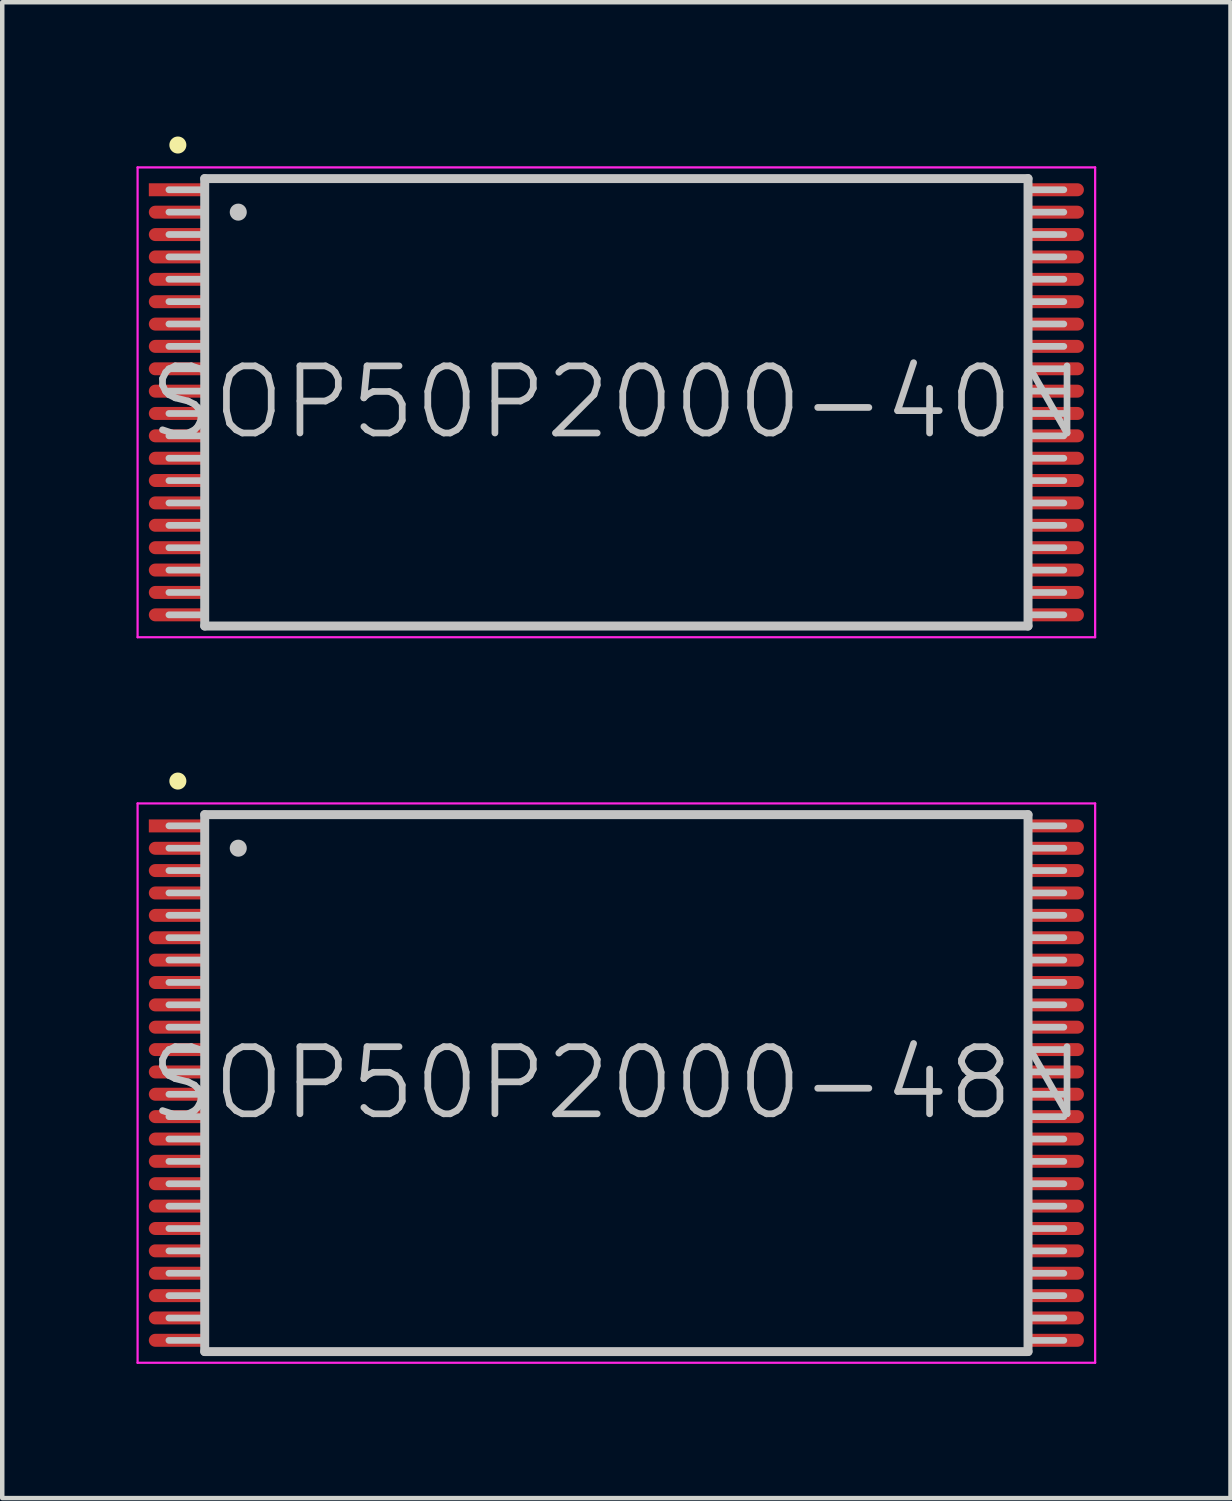
<source format=kicad_pcb>
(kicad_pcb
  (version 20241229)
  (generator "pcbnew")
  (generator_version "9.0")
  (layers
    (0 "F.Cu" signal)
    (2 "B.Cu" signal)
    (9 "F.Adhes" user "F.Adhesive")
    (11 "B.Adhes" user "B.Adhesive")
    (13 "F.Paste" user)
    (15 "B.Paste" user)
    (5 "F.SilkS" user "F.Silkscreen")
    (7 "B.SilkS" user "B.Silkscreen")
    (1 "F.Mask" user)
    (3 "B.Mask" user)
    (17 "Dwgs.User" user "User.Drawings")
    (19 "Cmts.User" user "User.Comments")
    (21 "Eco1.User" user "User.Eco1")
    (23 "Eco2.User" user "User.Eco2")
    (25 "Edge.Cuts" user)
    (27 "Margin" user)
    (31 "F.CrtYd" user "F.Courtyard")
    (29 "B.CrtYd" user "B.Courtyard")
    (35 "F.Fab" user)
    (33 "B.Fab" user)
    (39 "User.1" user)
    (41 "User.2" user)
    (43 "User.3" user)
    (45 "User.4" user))
  (footprint "SOP50P2000-48N"
    (layer "F.Cu")
    (at 10.725 21.156)
    (property "Reference" "SOP50P2000-48N" (at 0 0 0) (layer "Dwgs.User") (effects (font (size 1.5 1.5) (thickness 0.15))))
    (attr smd)
    (fp_line (start -9.8 -6.75) (end -9.8 -6.75) (stroke (width 0.381) (type solid)) (layer "F.SilkS"))
    (fp_line (start -9.2 -6) (end -9.2 6) (stroke (width 0.2) (type solid)) (layer "Dwgs.User"))
    (fp_line (start -9.2 -6) (end 9.2 -6) (stroke (width 0.2) (type solid)) (layer "Dwgs.User"))
    (fp_line (start -9.2 -5.75) (end -10 -5.75) (stroke (width 0.15) (type solid)) (layer "Dwgs.User"))
    (fp_line (start -9.2 -5.25) (end -10 -5.25) (stroke (width 0.15) (type solid)) (layer "Dwgs.User"))
    (fp_line (start -9.2 -4.75) (end -10 -4.75) (stroke (width 0.15) (type solid)) (layer "Dwgs.User"))
    (fp_line (start -9.2 -4.25) (end -10 -4.25) (stroke (width 0.15) (type solid)) (layer "Dwgs.User"))
    (fp_line (start -9.2 -3.75) (end -10 -3.75) (stroke (width 0.15) (type solid)) (layer "Dwgs.User"))
    (fp_line (start -9.2 -3.25) (end -10 -3.25) (stroke (width 0.15) (type solid)) (layer "Dwgs.User"))
    (fp_line (start -9.2 -2.75) (end -10 -2.75) (stroke (width 0.15) (type solid)) (layer "Dwgs.User"))
    (fp_line (start -9.2 -2.25) (end -10 -2.25) (stroke (width 0.15) (type solid)) (layer "Dwgs.User"))
    (fp_line (start -9.2 -1.75) (end -10 -1.75) (stroke (width 0.15) (type solid)) (layer "Dwgs.User"))
    (fp_line (start -9.2 -1.25) (end -10 -1.25) (stroke (width 0.15) (type solid)) (layer "Dwgs.User"))
    (fp_line (start -9.2 -0.75) (end -10 -0.75) (stroke (width 0.15) (type solid)) (layer "Dwgs.User"))
    (fp_line (start -9.2 -0.25) (end -10 -0.25) (stroke (width 0.15) (type solid)) (layer "Dwgs.User"))
    (fp_line (start -9.2 0.25) (end -10 0.25) (stroke (width 0.15) (type solid)) (layer "Dwgs.User"))
    (fp_line (start -9.2 0.75) (end -10 0.75) (stroke (width 0.15) (type solid)) (layer "Dwgs.User"))
    (fp_line (start -9.2 1.25) (end -10 1.25) (stroke (width 0.15) (type solid)) (layer "Dwgs.User"))
    (fp_line (start -9.2 1.75) (end -10 1.75) (stroke (width 0.15) (type solid)) (layer "Dwgs.User"))
    (fp_line (start -9.2 2.25) (end -10 2.25) (stroke (width 0.15) (type solid)) (layer "Dwgs.User"))
    (fp_line (start -9.2 2.75) (end -10 2.75) (stroke (width 0.15) (type solid)) (layer "Dwgs.User"))
    (fp_line (start -9.2 3.25) (end -10 3.25) (stroke (width 0.15) (type solid)) (layer "Dwgs.User"))
    (fp_line (start -9.2 3.75) (end -10 3.75) (stroke (width 0.15) (type solid)) (layer "Dwgs.User"))
    (fp_line (start -9.2 4.25) (end -10 4.25) (stroke (width 0.15) (type solid)) (layer "Dwgs.User"))
    (fp_line (start -9.2 4.75) (end -10 4.75) (stroke (width 0.15) (type solid)) (layer "Dwgs.User"))
    (fp_line (start -9.2 5.25) (end -10 5.25) (stroke (width 0.15) (type solid)) (layer "Dwgs.User"))
    (fp_line (start -9.2 5.75) (end -10 5.75) (stroke (width 0.15) (type solid)) (layer "Dwgs.User"))
    (fp_line (start -9.2 6) (end 9.2 6) (stroke (width 0.2) (type solid)) (layer "Dwgs.User"))
    (fp_line (start -8.45 -5.25) (end -8.45 -5.25) (stroke (width 0.381) (type solid)) (layer "Dwgs.User"))
    (fp_line (start 9.2 -6) (end 9.2 6) (stroke (width 0.2) (type solid)) (layer "Dwgs.User"))
    (fp_line (start 10 -5.75) (end 9.2 -5.75) (stroke (width 0.15) (type solid)) (layer "Dwgs.User"))
    (fp_line (start 10 -5.25) (end 9.2 -5.25) (stroke (width 0.15) (type solid)) (layer "Dwgs.User"))
    (fp_line (start 10 -4.75) (end 9.2 -4.75) (stroke (width 0.15) (type solid)) (layer "Dwgs.User"))
    (fp_line (start 10 -4.25) (end 9.2 -4.25) (stroke (width 0.15) (type solid)) (layer "Dwgs.User"))
    (fp_line (start 10 -3.75) (end 9.2 -3.75) (stroke (width 0.15) (type solid)) (layer "Dwgs.User"))
    (fp_line (start 10 -3.25) (end 9.2 -3.25) (stroke (width 0.15) (type solid)) (layer "Dwgs.User"))
    (fp_line (start 10 -2.75) (end 9.2 -2.75) (stroke (width 0.15) (type solid)) (layer "Dwgs.User"))
    (fp_line (start 10 -2.25) (end 9.2 -2.25) (stroke (width 0.15) (type solid)) (layer "Dwgs.User"))
    (fp_line (start 10 -1.75) (end 9.2 -1.75) (stroke (width 0.15) (type solid)) (layer "Dwgs.User"))
    (fp_line (start 10 -1.25) (end 9.2 -1.25) (stroke (width 0.15) (type solid)) (layer "Dwgs.User"))
    (fp_line (start 10 -0.75) (end 9.2 -0.75) (stroke (width 0.15) (type solid)) (layer "Dwgs.User"))
    (fp_line (start 10 -0.25) (end 9.2 -0.25) (stroke (width 0.15) (type solid)) (layer "Dwgs.User"))
    (fp_line (start 10 0.25) (end 9.2 0.25) (stroke (width 0.15) (type solid)) (layer "Dwgs.User"))
    (fp_line (start 10 0.75) (end 9.2 0.75) (stroke (width 0.15) (type solid)) (layer "Dwgs.User"))
    (fp_line (start 10 1.25) (end 9.2 1.25) (stroke (width 0.15) (type solid)) (layer "Dwgs.User"))
    (fp_line (start 10 1.75) (end 9.2 1.75) (stroke (width 0.15) (type solid)) (layer "Dwgs.User"))
    (fp_line (start 10 2.25) (end 9.2 2.25) (stroke (width 0.15) (type solid)) (layer "Dwgs.User"))
    (fp_line (start 10 2.75) (end 9.2 2.75) (stroke (width 0.15) (type solid)) (layer "Dwgs.User"))
    (fp_line (start 10 3.25) (end 9.2 3.25) (stroke (width 0.15) (type solid)) (layer "Dwgs.User"))
    (fp_line (start 10 3.75) (end 9.2 3.75) (stroke (width 0.15) (type solid)) (layer "Dwgs.User"))
    (fp_line (start 10 4.25) (end 9.2 4.25) (stroke (width 0.15) (type solid)) (layer "Dwgs.User"))
    (fp_line (start 10 4.75) (end 9.2 4.75) (stroke (width 0.15) (type solid)) (layer "Dwgs.User"))
    (fp_line (start 10 5.25) (end 9.2 5.25) (stroke (width 0.15) (type solid)) (layer "Dwgs.User"))
    (fp_line (start 10 5.75) (end 9.2 5.75) (stroke (width 0.15) (type solid)) (layer "Dwgs.User"))
    (fp_line (start -10.7 -6.25) (end -10.7 6.25) (stroke (width 0.05) (type solid)) (layer "F.CrtYd"))
    (fp_line (start -10.7 -6.25) (end 10.7 -6.25) (stroke (width 0.05) (type solid)) (layer "F.CrtYd"))
    (fp_line (start -10.7 6.25) (end 10.7 6.25) (stroke (width 0.05) (type solid)) (layer "F.CrtYd"))
    (fp_line (start 10.7 -6.25) (end 10.7 6.25) (stroke (width 0.05) (type solid)) (layer "F.CrtYd"))
    (pad "1" smd rect (at -9.799 -5.748 90) (size 0.29 1.3) (layers "F.Cu" "F.Mask" "F.Paste"))
    (pad "2" smd oval (at -9.799 -5.248 90) (size 0.29 1.3) (layers "F.Cu" "F.Mask" "F.Paste"))
    (pad "3" smd oval (at -9.799 -4.75 90) (size 0.29 1.3) (layers "F.Cu" "F.Mask" "F.Paste"))
    (pad "4" smd oval (at -9.799 -4.249 90) (size 0.29 1.3) (layers "F.Cu" "F.Mask" "F.Paste"))
    (pad "5" smd oval (at -9.799 -3.749 90) (size 0.29 1.3) (layers "F.Cu" "F.Mask" "F.Paste"))
    (pad "6" smd oval (at -9.799 -3.249 90) (size 0.29 1.3) (layers "F.Cu" "F.Mask" "F.Paste"))
    (pad "7" smd oval (at -9.799 -2.748 90) (size 0.29 1.3) (layers "F.Cu" "F.Mask" "F.Paste"))
    (pad "8" smd oval (at -9.799 -2.248 90) (size 0.29 1.3) (layers "F.Cu" "F.Mask" "F.Paste"))
    (pad "9" smd oval (at -9.799 -1.748 90) (size 0.29 1.3) (layers "F.Cu" "F.Mask" "F.Paste"))
    (pad "10" smd oval (at -9.799 -1.25 90) (size 0.29 1.3) (layers "F.Cu" "F.Mask" "F.Paste"))
    (pad "11" smd oval (at -9.799 -0.749 90) (size 0.29 1.3) (layers "F.Cu" "F.Mask" "F.Paste"))
    (pad "12" smd oval (at -9.799 -0.249 90) (size 0.29 1.3) (layers "F.Cu" "F.Mask" "F.Paste"))
    (pad "13" smd oval (at -9.799 0.249 90) (size 0.29 1.3) (layers "F.Cu" "F.Mask" "F.Paste"))
    (pad "14" smd oval (at -9.799 0.749 90) (size 0.29 1.3) (layers "F.Cu" "F.Mask" "F.Paste"))
    (pad "15" smd oval (at -9.799 1.25 90) (size 0.29 1.3) (layers "F.Cu" "F.Mask" "F.Paste"))
    (pad "16" smd oval (at -9.799 1.748 90) (size 0.29 1.3) (layers "F.Cu" "F.Mask" "F.Paste"))
    (pad "17" smd oval (at -9.799 2.248 90) (size 0.29 1.3) (layers "F.Cu" "F.Mask" "F.Paste"))
    (pad "18" smd oval (at -9.799 2.748 90) (size 0.29 1.3) (layers "F.Cu" "F.Mask" "F.Paste"))
    (pad "19" smd oval (at -9.799 3.249 90) (size 0.29 1.3) (layers "F.Cu" "F.Mask" "F.Paste"))
    (pad "20" smd oval (at -9.799 3.749 90) (size 0.29 1.3) (layers "F.Cu" "F.Mask" "F.Paste"))
    (pad "21" smd oval (at -9.799 4.249 90) (size 0.29 1.3) (layers "F.Cu" "F.Mask" "F.Paste"))
    (pad "22" smd oval (at -9.799 4.75 90) (size 0.29 1.3) (layers "F.Cu" "F.Mask" "F.Paste"))
    (pad "23" smd oval (at -9.799 5.248 90) (size 0.29 1.3) (layers "F.Cu" "F.Mask" "F.Paste"))
    (pad "24" smd oval (at -9.799 5.748 90) (size 0.29 1.3) (layers "F.Cu" "F.Mask" "F.Paste"))
    (pad "25" smd oval (at 9.799 5.748 270) (size 0.29 1.3) (layers "F.Cu" "F.Mask" "F.Paste"))
    (pad "26" smd oval (at 9.799 5.248 270) (size 0.29 1.3) (layers "F.Cu" "F.Mask" "F.Paste"))
    (pad "27" smd oval (at 9.799 4.75 270) (size 0.29 1.3) (layers "F.Cu" "F.Mask" "F.Paste"))
    (pad "28" smd oval (at 9.799 4.249 270) (size 0.29 1.3) (layers "F.Cu" "F.Mask" "F.Paste"))
    (pad "29" smd oval (at 9.799 3.749 270) (size 0.29 1.3) (layers "F.Cu" "F.Mask" "F.Paste"))
    (pad "30" smd oval (at 9.799 3.249 270) (size 0.29 1.3) (layers "F.Cu" "F.Mask" "F.Paste"))
    (pad "31" smd oval (at 9.799 2.748 270) (size 0.29 1.3) (layers "F.Cu" "F.Mask" "F.Paste"))
    (pad "32" smd oval (at 9.799 2.248 270) (size 0.29 1.3) (layers "F.Cu" "F.Mask" "F.Paste"))
    (pad "33" smd oval (at 9.799 1.748 270) (size 0.29 1.3) (layers "F.Cu" "F.Mask" "F.Paste"))
    (pad "34" smd oval (at 9.799 1.25 270) (size 0.29 1.3) (layers "F.Cu" "F.Mask" "F.Paste"))
    (pad "35" smd oval (at 9.799 0.749 270) (size 0.29 1.3) (layers "F.Cu" "F.Mask" "F.Paste"))
    (pad "36" smd oval (at 9.799 0.249 270) (size 0.29 1.3) (layers "F.Cu" "F.Mask" "F.Paste"))
    (pad "37" smd oval (at 9.799 -0.249 270) (size 0.29 1.3) (layers "F.Cu" "F.Mask" "F.Paste"))
    (pad "38" smd oval (at 9.799 -0.749 270) (size 0.29 1.3) (layers "F.Cu" "F.Mask" "F.Paste"))
    (pad "39" smd oval (at 9.799 -1.25 270) (size 0.29 1.3) (layers "F.Cu" "F.Mask" "F.Paste"))
    (pad "40" smd oval (at 9.799 -1.748 270) (size 0.29 1.3) (layers "F.Cu" "F.Mask" "F.Paste"))
    (pad "41" smd oval (at 9.799 -2.248 270) (size 0.29 1.3) (layers "F.Cu" "F.Mask" "F.Paste"))
    (pad "42" smd oval (at 9.799 -2.748 270) (size 0.29 1.3) (layers "F.Cu" "F.Mask" "F.Paste"))
    (pad "43" smd oval (at 9.799 -3.249 270) (size 0.29 1.3) (layers "F.Cu" "F.Mask" "F.Paste"))
    (pad "44" smd oval (at 9.799 -3.749 270) (size 0.29 1.3) (layers "F.Cu" "F.Mask" "F.Paste"))
    (pad "45" smd oval (at 9.799 -4.249 270) (size 0.29 1.3) (layers "F.Cu" "F.Mask" "F.Paste"))
    (pad "46" smd oval (at 9.799 -4.75 270) (size 0.29 1.3) (layers "F.Cu" "F.Mask" "F.Paste"))
    (pad "47" smd oval (at 9.799 -5.248 270) (size 0.29 1.3) (layers "F.Cu" "F.Mask" "F.Paste"))
    (pad "48" smd oval (at 9.799 -5.748 270) (size 0.29 1.3) (layers "F.Cu" "F.Mask" "F.Paste")))
  (footprint "SOP50P2000-40N"
    (layer "F.Cu")
    (at 10.725 5.941)
    (property "Reference" "SOP50P2000-40N" (at 0 0 0) (layer "Dwgs.User") (effects (font (size 1.5 1.5) (thickness 0.15))))
    (attr smd)
    (fp_line (start -9.8 -5.75) (end -9.8 -5.75) (stroke (width 0.381) (type solid)) (layer "F.SilkS"))
    (fp_line (start -9.2 -5) (end -9.2 5) (stroke (width 0.2) (type solid)) (layer "Dwgs.User"))
    (fp_line (start -9.2 -5) (end 9.2 -5) (stroke (width 0.2) (type solid)) (layer "Dwgs.User"))
    (fp_line (start -9.2 -4.75) (end -10 -4.75) (stroke (width 0.15) (type solid)) (layer "Dwgs.User"))
    (fp_line (start -9.2 -4.25) (end -10 -4.25) (stroke (width 0.15) (type solid)) (layer "Dwgs.User"))
    (fp_line (start -9.2 -3.75) (end -10 -3.75) (stroke (width 0.15) (type solid)) (layer "Dwgs.User"))
    (fp_line (start -9.2 -3.25) (end -10 -3.25) (stroke (width 0.15) (type solid)) (layer "Dwgs.User"))
    (fp_line (start -9.2 -2.75) (end -10 -2.75) (stroke (width 0.15) (type solid)) (layer "Dwgs.User"))
    (fp_line (start -9.2 -2.25) (end -10 -2.25) (stroke (width 0.15) (type solid)) (layer "Dwgs.User"))
    (fp_line (start -9.2 -1.75) (end -10 -1.75) (stroke (width 0.15) (type solid)) (layer "Dwgs.User"))
    (fp_line (start -9.2 -1.25) (end -10 -1.25) (stroke (width 0.15) (type solid)) (layer "Dwgs.User"))
    (fp_line (start -9.2 -0.75) (end -10 -0.75) (stroke (width 0.15) (type solid)) (layer "Dwgs.User"))
    (fp_line (start -9.2 -0.25) (end -10 -0.25) (stroke (width 0.15) (type solid)) (layer "Dwgs.User"))
    (fp_line (start -9.2 0.25) (end -10 0.25) (stroke (width 0.15) (type solid)) (layer "Dwgs.User"))
    (fp_line (start -9.2 0.75) (end -10 0.75) (stroke (width 0.15) (type solid)) (layer "Dwgs.User"))
    (fp_line (start -9.2 1.25) (end -10 1.25) (stroke (width 0.15) (type solid)) (layer "Dwgs.User"))
    (fp_line (start -9.2 1.75) (end -10 1.75) (stroke (width 0.15) (type solid)) (layer "Dwgs.User"))
    (fp_line (start -9.2 2.25) (end -10 2.25) (stroke (width 0.15) (type solid)) (layer "Dwgs.User"))
    (fp_line (start -9.2 2.75) (end -10 2.75) (stroke (width 0.15) (type solid)) (layer "Dwgs.User"))
    (fp_line (start -9.2 3.25) (end -10 3.25) (stroke (width 0.15) (type solid)) (layer "Dwgs.User"))
    (fp_line (start -9.2 3.75) (end -10 3.75) (stroke (width 0.15) (type solid)) (layer "Dwgs.User"))
    (fp_line (start -9.2 4.25) (end -10 4.25) (stroke (width 0.15) (type solid)) (layer "Dwgs.User"))
    (fp_line (start -9.2 4.75) (end -10 4.75) (stroke (width 0.15) (type solid)) (layer "Dwgs.User"))
    (fp_line (start -9.2 5) (end 9.2 5) (stroke (width 0.2) (type solid)) (layer "Dwgs.User"))
    (fp_line (start -8.45 -4.25) (end -8.45 -4.25) (stroke (width 0.381) (type solid)) (layer "Dwgs.User"))
    (fp_line (start 9.2 -5) (end 9.2 5) (stroke (width 0.2) (type solid)) (layer "Dwgs.User"))
    (fp_line (start 10 -4.75) (end 9.2 -4.75) (stroke (width 0.15) (type solid)) (layer "Dwgs.User"))
    (fp_line (start 10 -4.25) (end 9.2 -4.25) (stroke (width 0.15) (type solid)) (layer "Dwgs.User"))
    (fp_line (start 10 -3.75) (end 9.2 -3.75) (stroke (width 0.15) (type solid)) (layer "Dwgs.User"))
    (fp_line (start 10 -3.25) (end 9.2 -3.25) (stroke (width 0.15) (type solid)) (layer "Dwgs.User"))
    (fp_line (start 10 -2.75) (end 9.2 -2.75) (stroke (width 0.15) (type solid)) (layer "Dwgs.User"))
    (fp_line (start 10 -2.25) (end 9.2 -2.25) (stroke (width 0.15) (type solid)) (layer "Dwgs.User"))
    (fp_line (start 10 -1.75) (end 9.2 -1.75) (stroke (width 0.15) (type solid)) (layer "Dwgs.User"))
    (fp_line (start 10 -1.25) (end 9.2 -1.25) (stroke (width 0.15) (type solid)) (layer "Dwgs.User"))
    (fp_line (start 10 -0.75) (end 9.2 -0.75) (stroke (width 0.15) (type solid)) (layer "Dwgs.User"))
    (fp_line (start 10 -0.25) (end 9.2 -0.25) (stroke (width 0.15) (type solid)) (layer "Dwgs.User"))
    (fp_line (start 10 0.25) (end 9.2 0.25) (stroke (width 0.15) (type solid)) (layer "Dwgs.User"))
    (fp_line (start 10 0.75) (end 9.2 0.75) (stroke (width 0.15) (type solid)) (layer "Dwgs.User"))
    (fp_line (start 10 1.25) (end 9.2 1.25) (stroke (width 0.15) (type solid)) (layer "Dwgs.User"))
    (fp_line (start 10 1.75) (end 9.2 1.75) (stroke (width 0.15) (type solid)) (layer "Dwgs.User"))
    (fp_line (start 10 2.25) (end 9.2 2.25) (stroke (width 0.15) (type solid)) (layer "Dwgs.User"))
    (fp_line (start 10 2.75) (end 9.2 2.75) (stroke (width 0.15) (type solid)) (layer "Dwgs.User"))
    (fp_line (start 10 3.25) (end 9.2 3.25) (stroke (width 0.15) (type solid)) (layer "Dwgs.User"))
    (fp_line (start 10 3.75) (end 9.2 3.75) (stroke (width 0.15) (type solid)) (layer "Dwgs.User"))
    (fp_line (start 10 4.25) (end 9.2 4.25) (stroke (width 0.15) (type solid)) (layer "Dwgs.User"))
    (fp_line (start 10 4.75) (end 9.2 4.75) (stroke (width 0.15) (type solid)) (layer "Dwgs.User"))
    (fp_line (start -10.7 -5.25) (end -10.7 5.25) (stroke (width 0.05) (type solid)) (layer "F.CrtYd"))
    (fp_line (start -10.7 -5.25) (end 10.7 -5.25) (stroke (width 0.05) (type solid)) (layer "F.CrtYd"))
    (fp_line (start -10.7 5.25) (end 10.7 5.25) (stroke (width 0.05) (type solid)) (layer "F.CrtYd"))
    (fp_line (start 10.7 -5.25) (end 10.7 5.25) (stroke (width 0.05) (type solid)) (layer "F.CrtYd"))
    (pad "1" smd rect (at -9.799 -4.75 90) (size 0.29 1.3) (layers "F.Cu" "F.Mask" "F.Paste"))
    (pad "2" smd oval (at -9.799 -4.249 90) (size 0.29 1.3) (layers "F.Cu" "F.Mask" "F.Paste"))
    (pad "3" smd oval (at -9.799 -3.749 90) (size 0.29 1.3) (layers "F.Cu" "F.Mask" "F.Paste"))
    (pad "4" smd oval (at -9.799 -3.249 90) (size 0.29 1.3) (layers "F.Cu" "F.Mask" "F.Paste"))
    (pad "5" smd oval (at -9.799 -2.748 90) (size 0.29 1.3) (layers "F.Cu" "F.Mask" "F.Paste"))
    (pad "6" smd oval (at -9.799 -2.248 90) (size 0.29 1.3) (layers "F.Cu" "F.Mask" "F.Paste"))
    (pad "7" smd oval (at -9.799 -1.748 90) (size 0.29 1.3) (layers "F.Cu" "F.Mask" "F.Paste"))
    (pad "8" smd oval (at -9.799 -1.25 90) (size 0.29 1.3) (layers "F.Cu" "F.Mask" "F.Paste"))
    (pad "9" smd oval (at -9.799 -0.749 90) (size 0.29 1.3) (layers "F.Cu" "F.Mask" "F.Paste"))
    (pad "10" smd oval (at -9.799 -0.249 90) (size 0.29 1.3) (layers "F.Cu" "F.Mask" "F.Paste"))
    (pad "11" smd oval (at -9.799 0.249 90) (size 0.29 1.3) (layers "F.Cu" "F.Mask" "F.Paste"))
    (pad "12" smd oval (at -9.799 0.749 90) (size 0.29 1.3) (layers "F.Cu" "F.Mask" "F.Paste"))
    (pad "13" smd oval (at -9.799 1.25 90) (size 0.29 1.3) (layers "F.Cu" "F.Mask" "F.Paste"))
    (pad "14" smd oval (at -9.799 1.748 90) (size 0.29 1.3) (layers "F.Cu" "F.Mask" "F.Paste"))
    (pad "15" smd oval (at -9.799 2.248 90) (size 0.29 1.3) (layers "F.Cu" "F.Mask" "F.Paste"))
    (pad "16" smd oval (at -9.799 2.748 90) (size 0.29 1.3) (layers "F.Cu" "F.Mask" "F.Paste"))
    (pad "17" smd oval (at -9.799 3.249 90) (size 0.29 1.3) (layers "F.Cu" "F.Mask" "F.Paste"))
    (pad "18" smd oval (at -9.799 3.749 90) (size 0.29 1.3) (layers "F.Cu" "F.Mask" "F.Paste"))
    (pad "19" smd oval (at -9.799 4.249 90) (size 0.29 1.3) (layers "F.Cu" "F.Mask" "F.Paste"))
    (pad "20" smd oval (at -9.799 4.75 90) (size 0.29 1.3) (layers "F.Cu" "F.Mask" "F.Paste"))
    (pad "21" smd oval (at 9.799 4.75 270) (size 0.29 1.3) (layers "F.Cu" "F.Mask" "F.Paste"))
    (pad "22" smd oval (at 9.799 4.249 270) (size 0.29 1.3) (layers "F.Cu" "F.Mask" "F.Paste"))
    (pad "23" smd oval (at 9.799 3.749 270) (size 0.29 1.3) (layers "F.Cu" "F.Mask" "F.Paste"))
    (pad "24" smd oval (at 9.799 3.249 270) (size 0.29 1.3) (layers "F.Cu" "F.Mask" "F.Paste"))
    (pad "25" smd oval (at 9.799 2.748 270) (size 0.29 1.3) (layers "F.Cu" "F.Mask" "F.Paste"))
    (pad "26" smd oval (at 9.799 2.248 270) (size 0.29 1.3) (layers "F.Cu" "F.Mask" "F.Paste"))
    (pad "27" smd oval (at 9.799 1.748 270) (size 0.29 1.3) (layers "F.Cu" "F.Mask" "F.Paste"))
    (pad "28" smd oval (at 9.799 1.25 270) (size 0.29 1.3) (layers "F.Cu" "F.Mask" "F.Paste"))
    (pad "29" smd oval (at 9.799 0.749 270) (size 0.29 1.3) (layers "F.Cu" "F.Mask" "F.Paste"))
    (pad "30" smd oval (at 9.799 0.249 270) (size 0.29 1.3) (layers "F.Cu" "F.Mask" "F.Paste"))
    (pad "31" smd oval (at 9.799 -0.249 270) (size 0.29 1.3) (layers "F.Cu" "F.Mask" "F.Paste"))
    (pad "32" smd oval (at 9.799 -0.749 270) (size 0.29 1.3) (layers "F.Cu" "F.Mask" "F.Paste"))
    (pad "33" smd oval (at 9.799 -1.25 270) (size 0.29 1.3) (layers "F.Cu" "F.Mask" "F.Paste"))
    (pad "34" smd oval (at 9.799 -1.748 270) (size 0.29 1.3) (layers "F.Cu" "F.Mask" "F.Paste"))
    (pad "35" smd oval (at 9.799 -2.248 270) (size 0.29 1.3) (layers "F.Cu" "F.Mask" "F.Paste"))
    (pad "36" smd oval (at 9.799 -2.748 270) (size 0.29 1.3) (layers "F.Cu" "F.Mask" "F.Paste"))
    (pad "37" smd oval (at 9.799 -3.249 270) (size 0.29 1.3) (layers "F.Cu" "F.Mask" "F.Paste"))
    (pad "38" smd oval (at 9.799 -3.749 270) (size 0.29 1.3) (layers "F.Cu" "F.Mask" "F.Paste"))
    (pad "39" smd oval (at 9.799 -4.249 270) (size 0.29 1.3) (layers "F.Cu" "F.Mask" "F.Paste"))
    (pad "40" smd oval (at 9.799 -4.75 270) (size 0.29 1.3) (layers "F.Cu" "F.Mask" "F.Paste")))
  (gr_rect
    (start -3 -3)
    (end 24.45 30.431)
    (stroke (width 0.1) (type default))
    (fill no)
    (layer "Edge.Cuts")))
</source>
